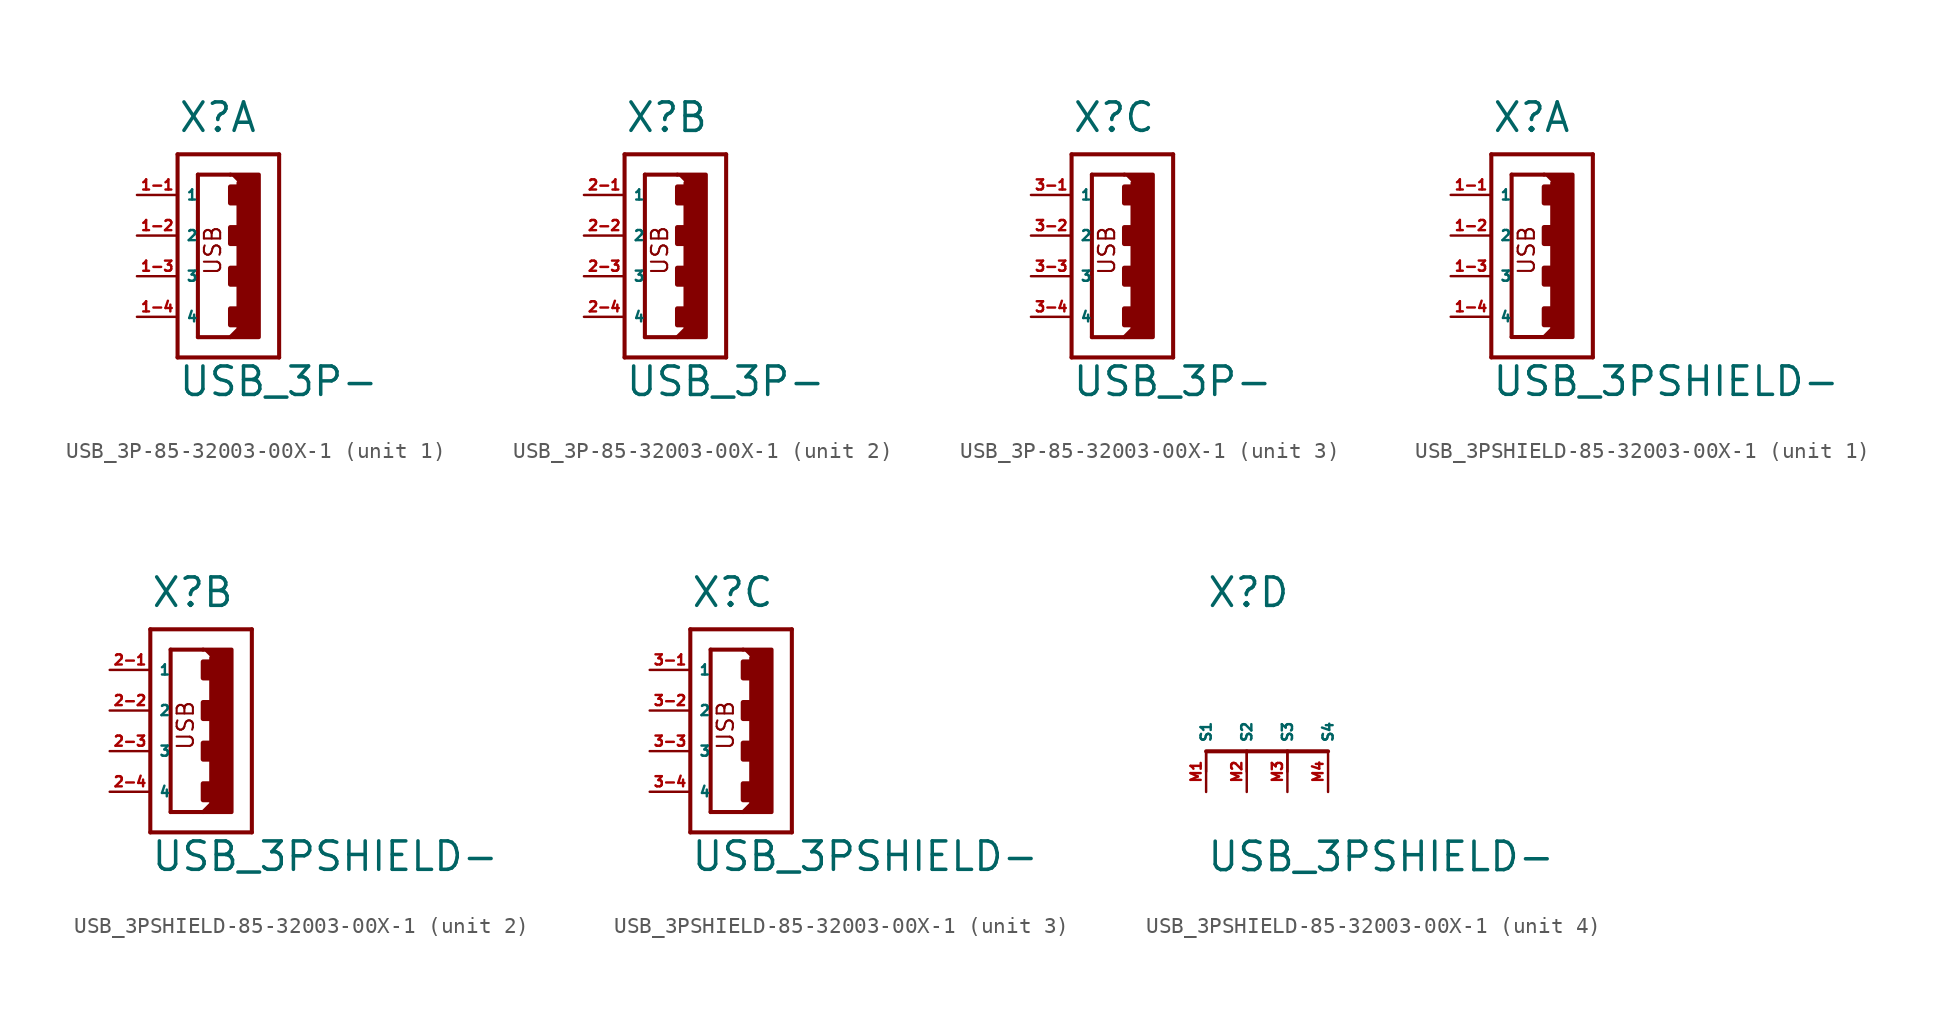
<source format=kicad_sym>
(kicad_symbol_lib
  (version 20220914)
  (generator Eagle2Kicad)
  (symbol "USB_3P-85-32003-00X-1"
    (property "Reference" "X"
      (at -2.54 8.89 0)
      (effects (font (size 1.778 1.778) (thickness 0.22)) (justify left bottom)))
    (property "Value" "USB_3P-"
      (at -2.54 -7.62 0)
      (effects (font (size 1.778 1.778) (thickness 0.22)) (justify left bottom)))
    (symbol "USB_3P-85-32003-00X-1_1_0"
      (polyline (pts (xy 0.762 6.35) (xy 2.54 6.35) (xy 2.54 -3.81) (xy 0.762 -3.81) (xy 1.27 -3.302) (xy 1.27 5.842)) (stroke (width 0.254) (type default)) (fill (type outline)))
      (polyline (pts (xy -2.54 -5.08) (xy 3.81 -5.08)) (stroke (width 0.254) (type default)) (fill (type none)))
      (polyline (pts (xy -2.54 7.62) (xy 3.81 7.62)) (stroke (width 0.254) (type default)) (fill (type none)))
      (polyline (pts (xy -1.27 6.35) (xy -1.27 -3.81)) (stroke (width 0.254) (type default)) (fill (type none)))
      (polyline (pts (xy -1.27 -3.81) (xy 0.762 -3.81)) (stroke (width 0.254) (type default)) (fill (type none)))
      (polyline (pts (xy 3.81 -5.08) (xy 3.81 7.62)) (stroke (width 0.254) (type default)) (fill (type none)))
      (polyline (pts (xy -2.54 7.62) (xy -2.54 -5.08)) (stroke (width 0.254) (type default)) (fill (type none)))
      (polyline (pts (xy -1.27 6.35) (xy 0.762 6.35)) (stroke (width 0.254) (type default)) (fill (type none)))
      (text "USB" (at 0.254 0 900) (effects (font (size 1.016 1.016) (thickness 0.13)) (justify left bottom)))
      (rectangle (start 0.762 4.572) (end 1.27 5.588) (stroke (width 0.3) (type default)) (fill (type outline)))
      (rectangle (start 0.762 2.032) (end 1.27 3.048) (stroke (width 0.3) (type default)) (fill (type outline)))
      (rectangle (start 0.762 -0.508) (end 1.27 0.508) (stroke (width 0.3) (type default)) (fill (type outline)))
      (rectangle (start 0.762 -3.048) (end 1.27 -2.032) (stroke (width 0.3) (type default)) (fill (type outline)))
      (pin passive line (at -5.08 5.08 0) (length 2.54) (name "1" (effects (font (size 0.635 0.635) (thickness 0.08)) (justify left bottom))) (number "1-1" (effects (font (size 0.635 0.635) (thickness 0.08)) (justify left bottom))))
      (pin passive line (at -5.08 2.54 0) (length 2.54) (name "2" (effects (font (size 0.635 0.635) (thickness 0.08)) (justify left bottom))) (number "1-2" (effects (font (size 0.635 0.635) (thickness 0.08)) (justify left bottom))))
      (pin passive line (at -5.08 0 0) (length 2.54) (name "3" (effects (font (size 0.635 0.635) (thickness 0.08)) (justify left bottom))) (number "1-3" (effects (font (size 0.635 0.635) (thickness 0.08)) (justify left bottom))))
      (pin passive line (at -5.08 -2.54 0) (length 2.54) (name "4" (effects (font (size 0.635 0.635) (thickness 0.08)) (justify left bottom))) (number "1-4" (effects (font (size 0.635 0.635) (thickness 0.08)) (justify left bottom)))))
    (symbol "USB_3P-85-32003-00X-1_2_0"
      (polyline (pts (xy 0.762 6.35) (xy 2.54 6.35) (xy 2.54 -3.81) (xy 0.762 -3.81) (xy 1.27 -3.302) (xy 1.27 5.842)) (stroke (width 0.254) (type default)) (fill (type outline)))
      (polyline (pts (xy -2.54 -5.08) (xy 3.81 -5.08)) (stroke (width 0.254) (type default)) (fill (type none)))
      (polyline (pts (xy -2.54 7.62) (xy 3.81 7.62)) (stroke (width 0.254) (type default)) (fill (type none)))
      (polyline (pts (xy -1.27 6.35) (xy -1.27 -3.81)) (stroke (width 0.254) (type default)) (fill (type none)))
      (polyline (pts (xy -1.27 -3.81) (xy 0.762 -3.81)) (stroke (width 0.254) (type default)) (fill (type none)))
      (polyline (pts (xy 3.81 -5.08) (xy 3.81 7.62)) (stroke (width 0.254) (type default)) (fill (type none)))
      (polyline (pts (xy -2.54 7.62) (xy -2.54 -5.08)) (stroke (width 0.254) (type default)) (fill (type none)))
      (polyline (pts (xy -1.27 6.35) (xy 0.762 6.35)) (stroke (width 0.254) (type default)) (fill (type none)))
      (text "USB" (at 0.254 0 900) (effects (font (size 1.016 1.016) (thickness 0.13)) (justify left bottom)))
      (rectangle (start 0.762 4.572) (end 1.27 5.588) (stroke (width 0.3) (type default)) (fill (type outline)))
      (rectangle (start 0.762 2.032) (end 1.27 3.048) (stroke (width 0.3) (type default)) (fill (type outline)))
      (rectangle (start 0.762 -0.508) (end 1.27 0.508) (stroke (width 0.3) (type default)) (fill (type outline)))
      (rectangle (start 0.762 -3.048) (end 1.27 -2.032) (stroke (width 0.3) (type default)) (fill (type outline)))
      (pin passive line (at -5.08 5.08 0) (length 2.54) (name "1" (effects (font (size 0.635 0.635) (thickness 0.08)) (justify left bottom))) (number "2-1" (effects (font (size 0.635 0.635) (thickness 0.08)) (justify left bottom))))
      (pin passive line (at -5.08 2.54 0) (length 2.54) (name "2" (effects (font (size 0.635 0.635) (thickness 0.08)) (justify left bottom))) (number "2-2" (effects (font (size 0.635 0.635) (thickness 0.08)) (justify left bottom))))
      (pin passive line (at -5.08 0 0) (length 2.54) (name "3" (effects (font (size 0.635 0.635) (thickness 0.08)) (justify left bottom))) (number "2-3" (effects (font (size 0.635 0.635) (thickness 0.08)) (justify left bottom))))
      (pin passive line (at -5.08 -2.54 0) (length 2.54) (name "4" (effects (font (size 0.635 0.635) (thickness 0.08)) (justify left bottom))) (number "2-4" (effects (font (size 0.635 0.635) (thickness 0.08)) (justify left bottom)))))
    (symbol "USB_3P-85-32003-00X-1_3_0"
      (polyline (pts (xy 0.762 6.35) (xy 2.54 6.35) (xy 2.54 -3.81) (xy 0.762 -3.81) (xy 1.27 -3.302) (xy 1.27 5.842)) (stroke (width 0.254) (type default)) (fill (type outline)))
      (polyline (pts (xy -2.54 -5.08) (xy 3.81 -5.08)) (stroke (width 0.254) (type default)) (fill (type none)))
      (polyline (pts (xy -2.54 7.62) (xy 3.81 7.62)) (stroke (width 0.254) (type default)) (fill (type none)))
      (polyline (pts (xy -1.27 6.35) (xy -1.27 -3.81)) (stroke (width 0.254) (type default)) (fill (type none)))
      (polyline (pts (xy -1.27 -3.81) (xy 0.762 -3.81)) (stroke (width 0.254) (type default)) (fill (type none)))
      (polyline (pts (xy 3.81 -5.08) (xy 3.81 7.62)) (stroke (width 0.254) (type default)) (fill (type none)))
      (polyline (pts (xy -2.54 7.62) (xy -2.54 -5.08)) (stroke (width 0.254) (type default)) (fill (type none)))
      (polyline (pts (xy -1.27 6.35) (xy 0.762 6.35)) (stroke (width 0.254) (type default)) (fill (type none)))
      (text "USB" (at 0.254 0 900) (effects (font (size 1.016 1.016) (thickness 0.13)) (justify left bottom)))
      (rectangle (start 0.762 4.572) (end 1.27 5.588) (stroke (width 0.3) (type default)) (fill (type outline)))
      (rectangle (start 0.762 2.032) (end 1.27 3.048) (stroke (width 0.3) (type default)) (fill (type outline)))
      (rectangle (start 0.762 -0.508) (end 1.27 0.508) (stroke (width 0.3) (type default)) (fill (type outline)))
      (rectangle (start 0.762 -3.048) (end 1.27 -2.032) (stroke (width 0.3) (type default)) (fill (type outline)))
      (pin passive line (at -5.08 5.08 0) (length 2.54) (name "1" (effects (font (size 0.635 0.635) (thickness 0.08)) (justify left bottom))) (number "3-1" (effects (font (size 0.635 0.635) (thickness 0.08)) (justify left bottom))))
      (pin passive line (at -5.08 2.54 0) (length 2.54) (name "2" (effects (font (size 0.635 0.635) (thickness 0.08)) (justify left bottom))) (number "3-2" (effects (font (size 0.635 0.635) (thickness 0.08)) (justify left bottom))))
      (pin passive line (at -5.08 0 0) (length 2.54) (name "3" (effects (font (size 0.635 0.635) (thickness 0.08)) (justify left bottom))) (number "3-3" (effects (font (size 0.635 0.635) (thickness 0.08)) (justify left bottom))))
      (pin passive line (at -5.08 -2.54 0) (length 2.54) (name "4" (effects (font (size 0.635 0.635) (thickness 0.08)) (justify left bottom))) (number "3-4" (effects (font (size 0.635 0.635) (thickness 0.08)) (justify left bottom))))))
  (symbol "USB_3PSHIELD-85-32003-00X-1"
    (property "Reference" "X"
      (at -2.54 8.89 0)
      (effects (font (size 1.778 1.778) (thickness 0.22)) (justify left bottom)))
    (property "Value" "USB_3PSHIELD-"
      (at -2.54 -7.62 0)
      (effects (font (size 1.778 1.778) (thickness 0.22)) (justify left bottom)))
    (symbol "USB_3PSHIELD-85-32003-00X-1_1_0"
      (polyline (pts (xy 0.762 6.35) (xy 2.54 6.35) (xy 2.54 -3.81) (xy 0.762 -3.81) (xy 1.27 -3.302) (xy 1.27 5.842)) (stroke (width 0.254) (type default)) (fill (type outline)))
      (polyline (pts (xy -2.54 -5.08) (xy 3.81 -5.08)) (stroke (width 0.254) (type default)) (fill (type none)))
      (polyline (pts (xy -2.54 7.62) (xy 3.81 7.62)) (stroke (width 0.254) (type default)) (fill (type none)))
      (polyline (pts (xy -1.27 6.35) (xy -1.27 -3.81)) (stroke (width 0.254) (type default)) (fill (type none)))
      (polyline (pts (xy -1.27 -3.81) (xy 0.762 -3.81)) (stroke (width 0.254) (type default)) (fill (type none)))
      (polyline (pts (xy 3.81 -5.08) (xy 3.81 7.62)) (stroke (width 0.254) (type default)) (fill (type none)))
      (polyline (pts (xy -2.54 7.62) (xy -2.54 -5.08)) (stroke (width 0.254) (type default)) (fill (type none)))
      (polyline (pts (xy -1.27 6.35) (xy 0.762 6.35)) (stroke (width 0.254) (type default)) (fill (type none)))
      (text "USB" (at 0.254 0 900) (effects (font (size 1.016 1.016) (thickness 0.13)) (justify left bottom)))
      (rectangle (start 0.762 4.572) (end 1.27 5.588) (stroke (width 0.3) (type default)) (fill (type outline)))
      (rectangle (start 0.762 2.032) (end 1.27 3.048) (stroke (width 0.3) (type default)) (fill (type outline)))
      (rectangle (start 0.762 -0.508) (end 1.27 0.508) (stroke (width 0.3) (type default)) (fill (type outline)))
      (rectangle (start 0.762 -3.048) (end 1.27 -2.032) (stroke (width 0.3) (type default)) (fill (type outline)))
      (pin passive line (at -5.08 5.08 0) (length 2.54) (name "1" (effects (font (size 0.635 0.635) (thickness 0.08)) (justify left bottom))) (number "1-1" (effects (font (size 0.635 0.635) (thickness 0.08)) (justify left bottom))))
      (pin passive line (at -5.08 2.54 0) (length 2.54) (name "2" (effects (font (size 0.635 0.635) (thickness 0.08)) (justify left bottom))) (number "1-2" (effects (font (size 0.635 0.635) (thickness 0.08)) (justify left bottom))))
      (pin passive line (at -5.08 0 0) (length 2.54) (name "3" (effects (font (size 0.635 0.635) (thickness 0.08)) (justify left bottom))) (number "1-3" (effects (font (size 0.635 0.635) (thickness 0.08)) (justify left bottom))))
      (pin passive line (at -5.08 -2.54 0) (length 2.54) (name "4" (effects (font (size 0.635 0.635) (thickness 0.08)) (justify left bottom))) (number "1-4" (effects (font (size 0.635 0.635) (thickness 0.08)) (justify left bottom)))))
    (symbol "USB_3PSHIELD-85-32003-00X-1_2_0"
      (polyline (pts (xy 0.762 6.35) (xy 2.54 6.35) (xy 2.54 -3.81) (xy 0.762 -3.81) (xy 1.27 -3.302) (xy 1.27 5.842)) (stroke (width 0.254) (type default)) (fill (type outline)))
      (polyline (pts (xy -2.54 -5.08) (xy 3.81 -5.08)) (stroke (width 0.254) (type default)) (fill (type none)))
      (polyline (pts (xy -2.54 7.62) (xy 3.81 7.62)) (stroke (width 0.254) (type default)) (fill (type none)))
      (polyline (pts (xy -1.27 6.35) (xy -1.27 -3.81)) (stroke (width 0.254) (type default)) (fill (type none)))
      (polyline (pts (xy -1.27 -3.81) (xy 0.762 -3.81)) (stroke (width 0.254) (type default)) (fill (type none)))
      (polyline (pts (xy 3.81 -5.08) (xy 3.81 7.62)) (stroke (width 0.254) (type default)) (fill (type none)))
      (polyline (pts (xy -2.54 7.62) (xy -2.54 -5.08)) (stroke (width 0.254) (type default)) (fill (type none)))
      (polyline (pts (xy -1.27 6.35) (xy 0.762 6.35)) (stroke (width 0.254) (type default)) (fill (type none)))
      (text "USB" (at 0.254 0 900) (effects (font (size 1.016 1.016) (thickness 0.13)) (justify left bottom)))
      (rectangle (start 0.762 4.572) (end 1.27 5.588) (stroke (width 0.3) (type default)) (fill (type outline)))
      (rectangle (start 0.762 2.032) (end 1.27 3.048) (stroke (width 0.3) (type default)) (fill (type outline)))
      (rectangle (start 0.762 -0.508) (end 1.27 0.508) (stroke (width 0.3) (type default)) (fill (type outline)))
      (rectangle (start 0.762 -3.048) (end 1.27 -2.032) (stroke (width 0.3) (type default)) (fill (type outline)))
      (pin passive line (at -5.08 5.08 0) (length 2.54) (name "1" (effects (font (size 0.635 0.635) (thickness 0.08)) (justify left bottom))) (number "2-1" (effects (font (size 0.635 0.635) (thickness 0.08)) (justify left bottom))))
      (pin passive line (at -5.08 2.54 0) (length 2.54) (name "2" (effects (font (size 0.635 0.635) (thickness 0.08)) (justify left bottom))) (number "2-2" (effects (font (size 0.635 0.635) (thickness 0.08)) (justify left bottom))))
      (pin passive line (at -5.08 0 0) (length 2.54) (name "3" (effects (font (size 0.635 0.635) (thickness 0.08)) (justify left bottom))) (number "2-3" (effects (font (size 0.635 0.635) (thickness 0.08)) (justify left bottom))))
      (pin passive line (at -5.08 -2.54 0) (length 2.54) (name "4" (effects (font (size 0.635 0.635) (thickness 0.08)) (justify left bottom))) (number "2-4" (effects (font (size 0.635 0.635) (thickness 0.08)) (justify left bottom)))))
    (symbol "USB_3PSHIELD-85-32003-00X-1_3_0"
      (polyline (pts (xy 0.762 6.35) (xy 2.54 6.35) (xy 2.54 -3.81) (xy 0.762 -3.81) (xy 1.27 -3.302) (xy 1.27 5.842)) (stroke (width 0.254) (type default)) (fill (type outline)))
      (polyline (pts (xy -2.54 -5.08) (xy 3.81 -5.08)) (stroke (width 0.254) (type default)) (fill (type none)))
      (polyline (pts (xy -2.54 7.62) (xy 3.81 7.62)) (stroke (width 0.254) (type default)) (fill (type none)))
      (polyline (pts (xy -1.27 6.35) (xy -1.27 -3.81)) (stroke (width 0.254) (type default)) (fill (type none)))
      (polyline (pts (xy -1.27 -3.81) (xy 0.762 -3.81)) (stroke (width 0.254) (type default)) (fill (type none)))
      (polyline (pts (xy 3.81 -5.08) (xy 3.81 7.62)) (stroke (width 0.254) (type default)) (fill (type none)))
      (polyline (pts (xy -2.54 7.62) (xy -2.54 -5.08)) (stroke (width 0.254) (type default)) (fill (type none)))
      (polyline (pts (xy -1.27 6.35) (xy 0.762 6.35)) (stroke (width 0.254) (type default)) (fill (type none)))
      (text "USB" (at 0.254 0 900) (effects (font (size 1.016 1.016) (thickness 0.13)) (justify left bottom)))
      (rectangle (start 0.762 4.572) (end 1.27 5.588) (stroke (width 0.3) (type default)) (fill (type outline)))
      (rectangle (start 0.762 2.032) (end 1.27 3.048) (stroke (width 0.3) (type default)) (fill (type outline)))
      (rectangle (start 0.762 -0.508) (end 1.27 0.508) (stroke (width 0.3) (type default)) (fill (type outline)))
      (rectangle (start 0.762 -3.048) (end 1.27 -2.032) (stroke (width 0.3) (type default)) (fill (type outline)))
      (pin passive line (at -5.08 5.08 0) (length 2.54) (name "1" (effects (font (size 0.635 0.635) (thickness 0.08)) (justify left bottom))) (number "3-1" (effects (font (size 0.635 0.635) (thickness 0.08)) (justify left bottom))))
      (pin passive line (at -5.08 2.54 0) (length 2.54) (name "2" (effects (font (size 0.635 0.635) (thickness 0.08)) (justify left bottom))) (number "3-2" (effects (font (size 0.635 0.635) (thickness 0.08)) (justify left bottom))))
      (pin passive line (at -5.08 0 0) (length 2.54) (name "3" (effects (font (size 0.635 0.635) (thickness 0.08)) (justify left bottom))) (number "3-3" (effects (font (size 0.635 0.635) (thickness 0.08)) (justify left bottom))))
      (pin passive line (at -5.08 -2.54 0) (length 2.54) (name "4" (effects (font (size 0.635 0.635) (thickness 0.08)) (justify left bottom))) (number "3-4" (effects (font (size 0.635 0.635) (thickness 0.08)) (justify left bottom)))))
    (symbol "USB_3PSHIELD-85-32003-00X-1_4_0"
      (polyline (pts (xy -2.54 0) (xy 0 0)) (stroke (width 0.254) (type dash)) (fill (type none)))
      (polyline (pts (xy 0 0) (xy 2.54 0)) (stroke (width 0.254) (type dash)) (fill (type none)))
      (polyline (pts (xy 2.54 0) (xy 5.08 0)) (stroke (width 0.254) (type dash)) (fill (type none)))
      (polyline (pts (xy -2.54 -1.27) (xy -2.54 0)) (stroke (width 0.152) (type default)) (fill (type none)))
      (polyline (pts (xy 0 -1.27) (xy 0 0)) (stroke (width 0.152) (type default)) (fill (type none)))
      (polyline (pts (xy 2.54 -1.27) (xy 2.54 0)) (stroke (width 0.152) (type default)) (fill (type none)))
      (pin passive line (at -2.54 -2.54 90) (length 2.54) (name "S1" (effects (font (size 0.635 0.635) (thickness 0.08)) (justify left bottom))) (number "M1" (effects (font (size 0.635 0.635) (thickness 0.08)) (justify left bottom))))
      (pin passive line (at 0 -2.54 90) (length 2.54) (name "S2" (effects (font (size 0.635 0.635) (thickness 0.08)) (justify left bottom))) (number "M2" (effects (font (size 0.635 0.635) (thickness 0.08)) (justify left bottom))))
      (pin passive line (at 2.54 -2.54 90) (length 2.54) (name "S3" (effects (font (size 0.635 0.635) (thickness 0.08)) (justify left bottom))) (number "M3" (effects (font (size 0.635 0.635) (thickness 0.08)) (justify left bottom))))
      (pin passive line (at 5.08 -2.54 90) (length 2.54) (name "S4" (effects (font (size 0.635 0.635) (thickness 0.08)) (justify left bottom))) (number "M4" (effects (font (size 0.635 0.635) (thickness 0.08)) (justify left bottom)))))))
</source>
